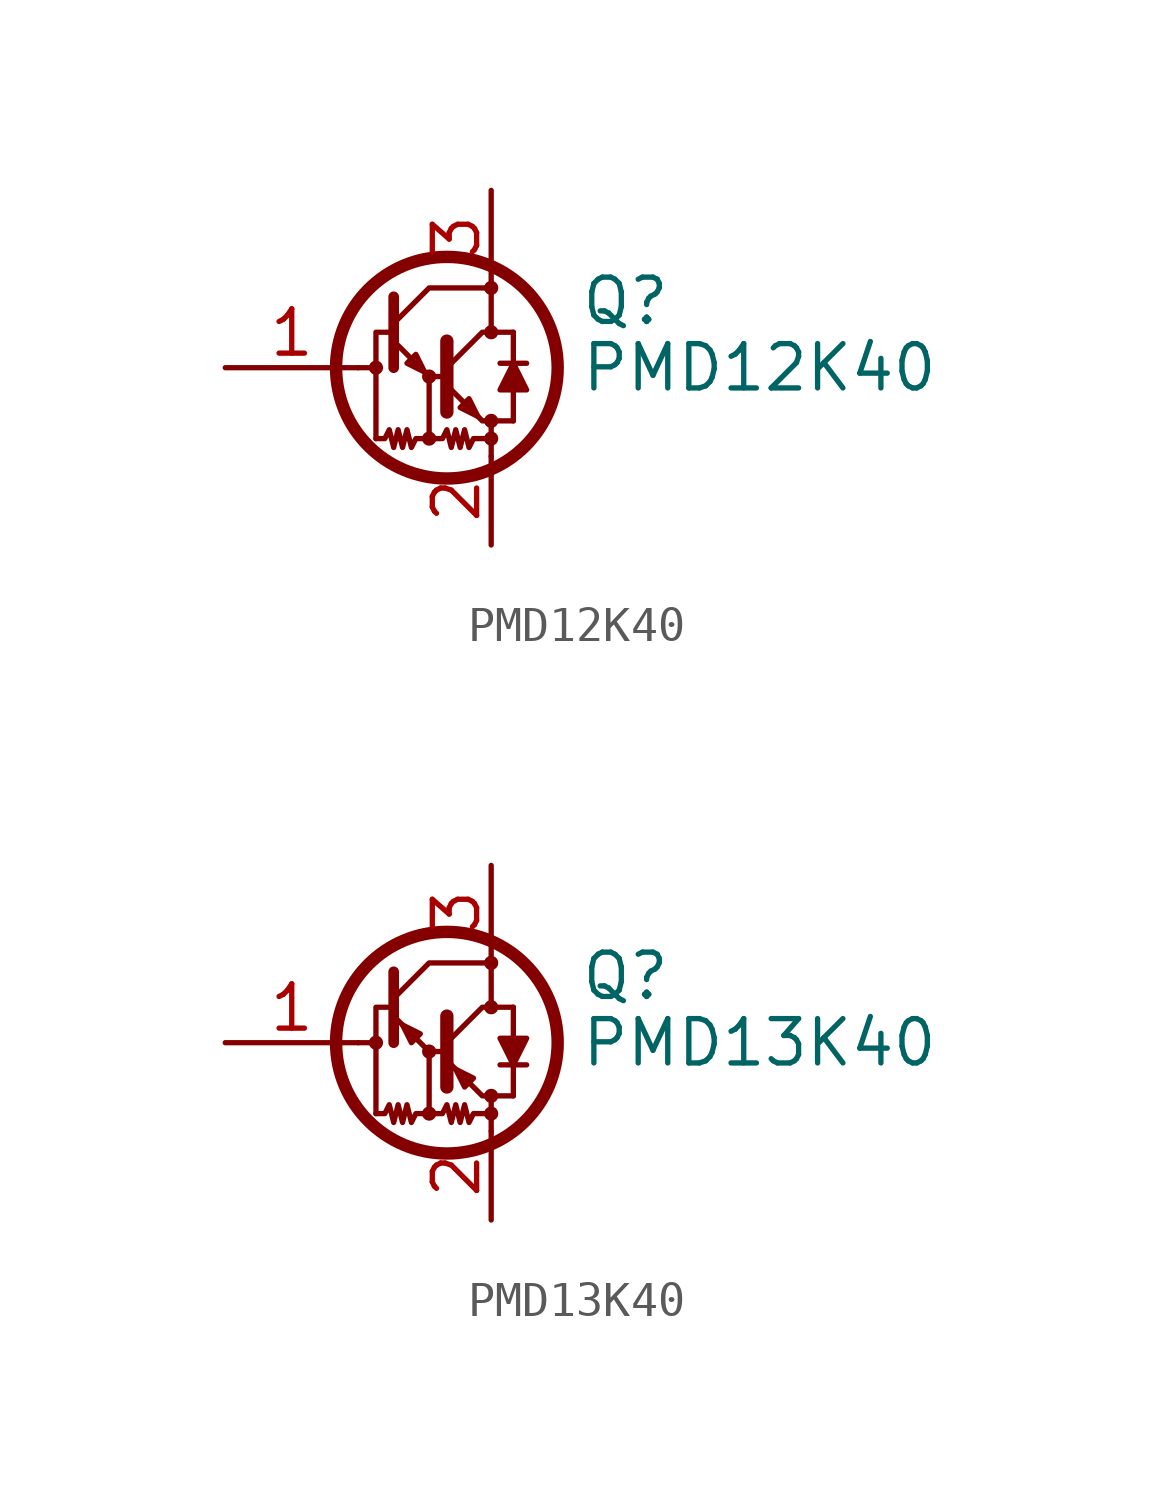
<source format=kicad_sym>
(kicad_symbol_lib
  (version 20231120)
  (generator "kicad_symbol_editor")
  (generator_version "8.0")
  (symbol "PMD12K40"
    (pin_names
      (offset 0) hide)
    (property "Reference" "Q"
      (at 5.08 1.905 0)
      (effects (font (size 1.27 1.27)) (justify left)))
    (property "Value" "PMD12K40"
      (at 5.08 0 0)
      (effects (font (size 1.27 1.27)) (justify left)))
    (symbol "PMD12K40_0_1"
      (circle (center -0.762 0) (radius 0.127) (stroke (width 0) (type default)) (fill (type none)))
      (polyline (pts (xy -1.27 0) (xy -0.889 0)) (stroke (width 0) (type default)) (fill (type none)))
      (polyline (pts (xy 2.54 -2.032) (xy 2.54 -2.54)) (stroke (width 0) (type default)) (fill (type none)))
      (polyline (pts (xy 2.54 -1.524) (xy 3.175 -1.524)) (stroke (width 0) (type default)) (fill (type none)))
      (polyline (pts (xy 2.794 0.127) (xy 3.556 0.127)) (stroke (width 0) (type default)) (fill (type none)))
      (polyline (pts (xy 3.175 -0.635) (xy 3.175 -1.524)) (stroke (width 0) (type default)) (fill (type none)))
      (polyline (pts (xy 3.175 1.016) (xy 2.54 1.016)) (stroke (width 0) (type default)) (fill (type none)))
      (polyline (pts (xy 3.175 1.016) (xy 3.175 0.127)) (stroke (width 0) (type default)) (fill (type none)))
      (polyline (pts (xy -0.254 0.762) (xy 0.762 -0.254) (xy 1.27 -0.254)) (stroke (width 0) (type default)) (fill (type none)))
      (polyline (pts (xy -0.254 1.016) (xy -0.762 1.016) (xy -0.762 -2.032)) (stroke (width 0) (type default)) (fill (type none)))
      (polyline (pts (xy -0.254 1.27) (xy 0.762 2.286) (xy 2.54 2.286)) (stroke (width 0) (type default)) (fill (type none)))
      (polyline (pts (xy -0.254 2.032) (xy -0.254 0) (xy -0.254 0)) (stroke (width 0.305) (type default)) (fill (type none)))
      (polyline (pts (xy 1.27 0.762) (xy 1.27 -1.27) (xy 1.27 -1.27)) (stroke (width 0.381) (type default)) (fill (type none)))
      (polyline (pts (xy 0.635 -0.127) (xy 0.381 0.381) (xy 0.127 0.127) (xy 0.635 -0.127)) (stroke (width 0) (type default)) (fill (type none)))
      (polyline (pts (xy 1.27 -0.508) (xy 2.286 -1.524) (xy 2.54 -1.524) (xy 2.54 -2.032)) (stroke (width 0) (type default)) (fill (type none)))
      (polyline (pts (xy 1.27 0) (xy 2.286 1.016) (xy 2.54 1.016) (xy 2.54 2.286)) (stroke (width 0) (type default)) (fill (type none)))
      (polyline (pts (xy 2.159 -1.397) (xy 1.905 -0.889) (xy 1.651 -1.143) (xy 2.159 -1.397)) (stroke (width 0) (type default)) (fill (type none)))
      (polyline (pts (xy 3.175 0.127) (xy 2.794 -0.635) (xy 3.556 -0.635) (xy 3.175 0.127)) (stroke (width 0) (type default)) (fill (type outline)))
      (polyline (pts (xy 0.762 -2.032) (xy 0.381 -2.032) (xy 0.254 -2.286) (xy 0.127 -1.778) (xy 0 -2.286) (xy -0.127 -1.778) (xy -0.254 -2.286) (xy -0.381 -1.778) (xy -0.508 -2.032) (xy -0.762 -2.032)) (stroke (width 0) (type default)) (fill (type none)))
      (polyline (pts (xy 0.762 -0.254) (xy 0.762 -2.032) (xy 1.143 -2.032) (xy 1.27 -1.778) (xy 1.397 -2.286) (xy 1.524 -1.778) (xy 1.651 -2.286) (xy 1.778 -1.778) (xy 1.905 -2.286) (xy 2.032 -2.032) (xy 2.54 -2.032)) (stroke (width 0) (type default)) (fill (type none)))
      (circle (center 0.762 -2.032) (radius 0.127) (stroke (width 0) (type default)) (fill (type none)))
      (circle (center 0.762 -0.254) (radius 0.127) (stroke (width 0) (type default)) (fill (type none)))
      (circle (center 1.27 0) (radius 3.175) (stroke (width 0.356) (type default)) (fill (type none)))
      (circle (center 2.54 -2.032) (radius 0.127) (stroke (width 0) (type default)) (fill (type none)))
      (circle (center 2.54 -1.524) (radius 0.127) (stroke (width 0) (type default)) (fill (type none)))
      (circle (center 2.54 1.016) (radius 0.127) (stroke (width 0) (type default)) (fill (type none)))
      (circle (center 2.54 2.286) (radius 0.127) (stroke (width 0) (type default)) (fill (type none))))
    (symbol "PMD12K40_1_1"
      (pin input line (at -5.08 0 0) (length 3.81) (name "B" (effects (font (size 1.27 1.27)))) (number "1" (effects (font (size 1.27 1.27)))))
      (pin passive line (at 2.54 -5.08 90) (length 2.54) (name "E" (effects (font (size 1.27 1.27)))) (number "2" (effects (font (size 1.27 1.27)))))
      (pin passive line (at 2.54 5.08 270) (length 2.667) (name "C" (effects (font (size 1.27 1.27)))) (number "3" (effects (font (size 1.27 1.27)))))))
  (symbol "PMD13K40"
    (pin_names
      (offset 0) hide)
    (property "Reference" "Q"
      (at 5.08 1.905 0)
      (effects (font (size 1.27 1.27)) (justify left)))
    (property "Value" "PMD13K40"
      (at 5.08 0 0)
      (effects (font (size 1.27 1.27)) (justify left)))
    (symbol "PMD13K40_0_1"
      (circle (center -0.762 0) (radius 0.127) (stroke (width 0) (type default)) (fill (type none)))
      (polyline (pts (xy -1.27 0) (xy -0.889 0)) (stroke (width 0) (type default)) (fill (type none)))
      (polyline (pts (xy 2.54 -2.032) (xy 2.54 -2.54)) (stroke (width 0) (type default)) (fill (type none)))
      (polyline (pts (xy 2.54 -1.524) (xy 3.175 -1.524)) (stroke (width 0) (type default)) (fill (type none)))
      (polyline (pts (xy 2.794 -0.635) (xy 3.556 -0.635)) (stroke (width 0) (type default)) (fill (type none)))
      (polyline (pts (xy 3.175 -1.524) (xy 3.175 -0.635)) (stroke (width 0) (type default)) (fill (type none)))
      (polyline (pts (xy 3.175 0.127) (xy 3.175 1.016)) (stroke (width 0) (type default)) (fill (type none)))
      (polyline (pts (xy 3.175 1.016) (xy 2.54 1.016)) (stroke (width 0) (type default)) (fill (type none)))
      (polyline (pts (xy -0.254 0.762) (xy 0.762 -0.254) (xy 1.27 -0.254)) (stroke (width 0) (type default)) (fill (type none)))
      (polyline (pts (xy -0.254 1.016) (xy -0.762 1.016) (xy -0.762 -2.032)) (stroke (width 0) (type default)) (fill (type none)))
      (polyline (pts (xy -0.254 1.27) (xy 0.762 2.286) (xy 2.54 2.286)) (stroke (width 0) (type default)) (fill (type none)))
      (polyline (pts (xy -0.254 2.032) (xy -0.254 0) (xy -0.254 0)) (stroke (width 0.305) (type default)) (fill (type none)))
      (polyline (pts (xy 1.27 0.762) (xy 1.27 -1.27) (xy 1.27 -1.27)) (stroke (width 0.381) (type default)) (fill (type none)))
      (polyline (pts (xy 0 0.508) (xy 0.254 0) (xy 0.508 0.254) (xy 0 0.508)) (stroke (width 0) (type default)) (fill (type none)))
      (polyline (pts (xy 1.27 -0.508) (xy 2.286 -1.524) (xy 2.54 -1.524) (xy 2.54 -2.032)) (stroke (width 0) (type default)) (fill (type none)))
      (polyline (pts (xy 1.27 0) (xy 2.286 1.016) (xy 2.54 1.016) (xy 2.54 2.286)) (stroke (width 0) (type default)) (fill (type none)))
      (polyline (pts (xy 1.524 -0.762) (xy 1.778 -1.27) (xy 2.032 -1.016) (xy 1.524 -0.762)) (stroke (width 0) (type default)) (fill (type none)))
      (polyline (pts (xy 3.175 -0.635) (xy 2.794 0.127) (xy 3.556 0.127) (xy 3.175 -0.635)) (stroke (width 0) (type default)) (fill (type outline)))
      (polyline (pts (xy 0.762 -2.032) (xy 0.381 -2.032) (xy 0.254 -2.286) (xy 0.127 -1.778) (xy 0 -2.286) (xy -0.127 -1.778) (xy -0.254 -2.286) (xy -0.381 -1.778) (xy -0.508 -2.032) (xy -0.762 -2.032)) (stroke (width 0) (type default)) (fill (type none)))
      (polyline (pts (xy 0.762 -0.254) (xy 0.762 -2.032) (xy 1.143 -2.032) (xy 1.27 -1.778) (xy 1.397 -2.286) (xy 1.524 -1.778) (xy 1.651 -2.286) (xy 1.778 -1.778) (xy 1.905 -2.286) (xy 2.032 -2.032) (xy 2.54 -2.032)) (stroke (width 0) (type default)) (fill (type none)))
      (circle (center 0.762 -2.032) (radius 0.127) (stroke (width 0) (type default)) (fill (type none)))
      (circle (center 0.762 -0.254) (radius 0.127) (stroke (width 0) (type default)) (fill (type none)))
      (circle (center 1.27 0) (radius 3.175) (stroke (width 0.356) (type default)) (fill (type none)))
      (circle (center 2.54 -2.032) (radius 0.127) (stroke (width 0) (type default)) (fill (type none)))
      (circle (center 2.54 -1.524) (radius 0.127) (stroke (width 0) (type default)) (fill (type none)))
      (circle (center 2.54 1.016) (radius 0.127) (stroke (width 0) (type default)) (fill (type none)))
      (circle (center 2.54 2.286) (radius 0.127) (stroke (width 0) (type default)) (fill (type none))))
    (symbol "PMD13K40_1_1"
      (pin input line (at -5.08 0 0) (length 3.81) (name "B" (effects (font (size 1.27 1.27)))) (number "1" (effects (font (size 1.27 1.27)))))
      (pin passive line (at 2.54 -5.08 90) (length 2.54) (name "E" (effects (font (size 1.27 1.27)))) (number "2" (effects (font (size 1.27 1.27)))))
      (pin passive line (at 2.54 5.08 270) (length 2.667) (name "C" (effects (font (size 1.27 1.27)))) (number "3" (effects (font (size 1.27 1.27))))))))
</source>
